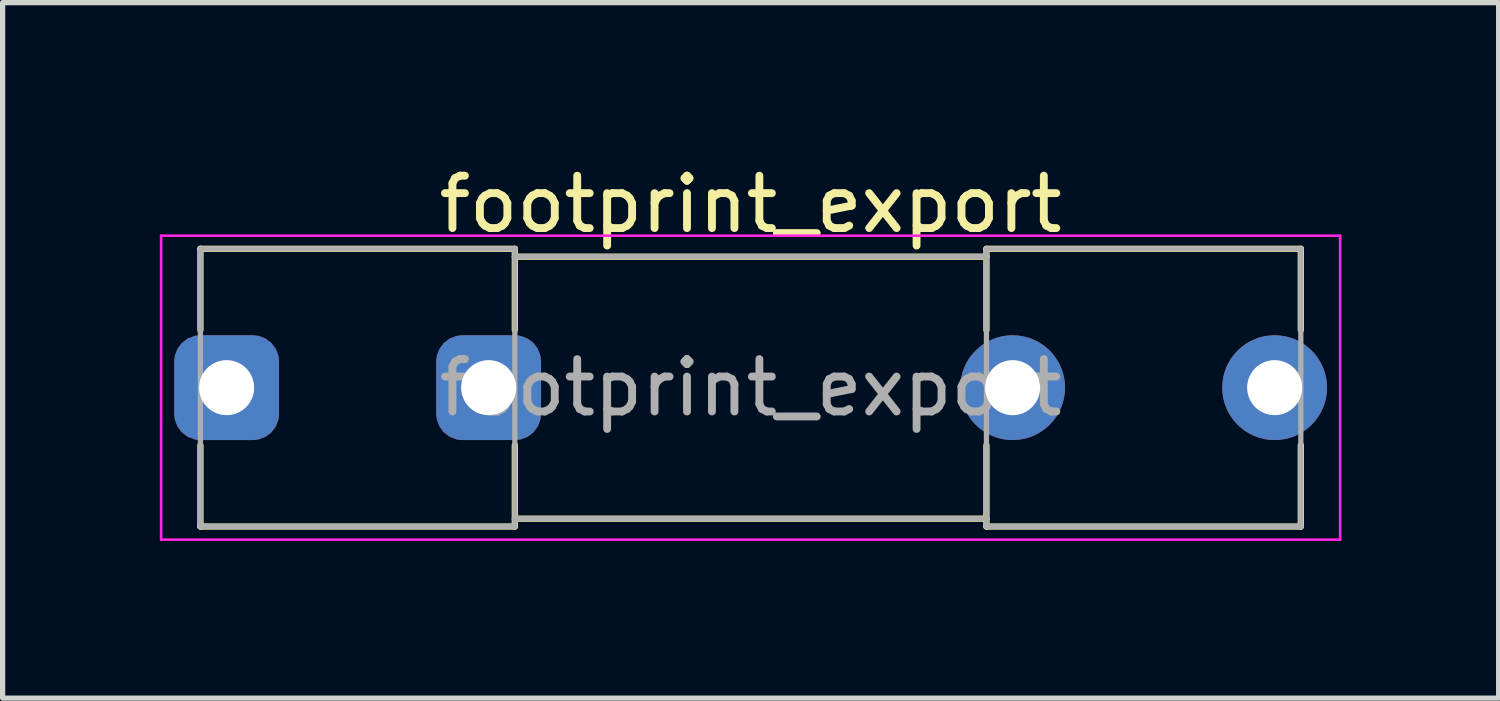
<source format=kicad_pcb>
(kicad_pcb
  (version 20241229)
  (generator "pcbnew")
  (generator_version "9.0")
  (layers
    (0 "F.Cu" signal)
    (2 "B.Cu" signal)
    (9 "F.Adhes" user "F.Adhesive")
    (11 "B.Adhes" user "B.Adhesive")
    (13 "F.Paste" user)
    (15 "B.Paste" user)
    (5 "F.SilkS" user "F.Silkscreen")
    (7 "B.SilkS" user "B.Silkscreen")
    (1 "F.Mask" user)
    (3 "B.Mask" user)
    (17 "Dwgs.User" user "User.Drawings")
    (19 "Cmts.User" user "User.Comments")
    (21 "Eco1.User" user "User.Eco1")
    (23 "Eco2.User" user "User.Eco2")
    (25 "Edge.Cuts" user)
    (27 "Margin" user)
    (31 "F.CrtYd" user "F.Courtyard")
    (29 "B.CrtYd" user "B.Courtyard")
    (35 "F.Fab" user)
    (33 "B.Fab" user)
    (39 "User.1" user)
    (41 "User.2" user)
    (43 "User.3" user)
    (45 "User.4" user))
  (footprint "footprint_export"
    (layer "F.Cu")
    (at 1.275 4.348)
    (property "Reference" "footprint_export" (at 10 -3.5 0) (layer "F.SilkS") (effects (font (size 1 1) (thickness 0.15))))
    (attr through_hole)
    (fp_line (start -0.5 -2.65) (end -0.5 -1.1) (stroke (width 0.12) (type solid)) (layer "F.SilkS"))
    (fp_line (start -0.5 2.65) (end -0.5 1.1) (stroke (width 0.12) (type solid)) (layer "F.SilkS"))
    (fp_line (start 5.5 -2.65) (end -0.5 -2.65) (stroke (width 0.12) (type solid)) (layer "F.SilkS"))
    (fp_line (start 5.5 -2.65) (end 5.5 -1.1) (stroke (width 0.12) (type solid)) (layer "F.SilkS"))
    (fp_line (start 5.5 2.65) (end -0.5 2.65) (stroke (width 0.12) (type solid)) (layer "F.SilkS"))
    (fp_line (start 5.5 2.65) (end 5.5 1.1) (stroke (width 0.12) (type solid)) (layer "F.SilkS"))
    (fp_line (start 14.5 -2.65) (end 14.5 -1.1) (stroke (width 0.12) (type solid)) (layer "F.SilkS"))
    (fp_line (start 14.5 -2.5) (end 5.5 -2.5) (stroke (width 0.12) (type solid)) (layer "F.SilkS"))
    (fp_line (start 14.5 2.5) (end 5.5 2.5) (stroke (width 0.12) (type solid)) (layer "F.SilkS"))
    (fp_line (start 14.5 2.65) (end 14.5 1.1) (stroke (width 0.12) (type solid)) (layer "F.SilkS"))
    (fp_line (start 14.5 2.65) (end 20.5 2.65) (stroke (width 0.12) (type solid)) (layer "F.SilkS"))
    (fp_line (start 20.5 -2.65) (end 14.5 -2.65) (stroke (width 0.12) (type solid)) (layer "F.SilkS"))
    (fp_line (start 20.5 -1.1) (end 20.5 -2.65) (stroke (width 0.12) (type solid)) (layer "F.SilkS"))
    (fp_line (start 20.5 1.1) (end 20.5 2.65) (stroke (width 0.12) (type solid)) (layer "F.SilkS"))
    (fp_line (start -1.25 -2.9) (end -1.25 2.9) (stroke (width 0.05) (type solid)) (layer "F.CrtYd"))
    (fp_line (start -1.25 -2.9) (end 21.25 -2.9) (stroke (width 0.05) (type solid)) (layer "F.CrtYd"))
    (fp_line (start 21.25 2.9) (end -1.25 2.9) (stroke (width 0.05) (type solid)) (layer "F.CrtYd"))
    (fp_line (start 21.25 2.9) (end 21.25 -2.9) (stroke (width 0.05) (type solid)) (layer "F.CrtYd"))
    (fp_line (start -0.5 -2.65) (end 5.5 -2.65) (stroke (width 0.1) (type solid)) (layer "F.Fab"))
    (fp_line (start -0.5 2.65) (end -0.5 -2.65) (stroke (width 0.1) (type solid)) (layer "F.Fab"))
    (fp_line (start 5.5 -2.65) (end 5.5 2.65) (stroke (width 0.1) (type solid)) (layer "F.Fab"))
    (fp_line (start 5.5 -2.5) (end 14.5 -2.5) (stroke (width 0.1) (type solid)) (layer "F.Fab"))
    (fp_line (start 5.5 2.65) (end -0.5 2.65) (stroke (width 0.1) (type solid)) (layer "F.Fab"))
    (fp_line (start 14.5 -2.65) (end 14.5 2.65) (stroke (width 0.1) (type solid)) (layer "F.Fab"))
    (fp_line (start 14.5 2.5) (end 5.5 2.5) (stroke (width 0.1) (type solid)) (layer "F.Fab"))
    (fp_line (start 14.5 2.65) (end 20.5 2.65) (stroke (width 0.1) (type solid)) (layer "F.Fab"))
    (fp_line (start 20.5 -2.65) (end 14.5 -2.65) (stroke (width 0.1) (type solid)) (layer "F.Fab"))
    (fp_line (start 20.5 2.65) (end 20.5 -2.65) (stroke (width 0.1) (type solid)) (layer "F.Fab"))
    (fp_text user "${REFERENCE}" (at 10 0 0) (layer "F.Fab") (effects (font (size 1 1) (thickness 0.15))))
    (pad "1" thru_hole roundrect (at 0 0) (size 2 2) (drill 1.05) (layers "*.Cu" "*.Mask") (roundrect_rratio 0.25))
    (pad "1" thru_hole roundrect (at 5 0) (size 2 2) (drill 1.05) (layers "*.Cu" "*.Mask") (roundrect_rratio 0.25))
    (pad "2" thru_hole circle (at 15 0) (size 2 2) (drill 1.05) (layers "*.Cu" "*.Mask"))
    (pad "2" thru_hole circle (at 20 0) (size 2 2) (drill 1.05) (layers "*.Cu" "*.Mask")))
  (gr_rect
    (start -3 -3)
    (end 25.55 10.273)
    (stroke (width 0.1) (type default))
    (fill no)
    (layer "Edge.Cuts")))
</source>
